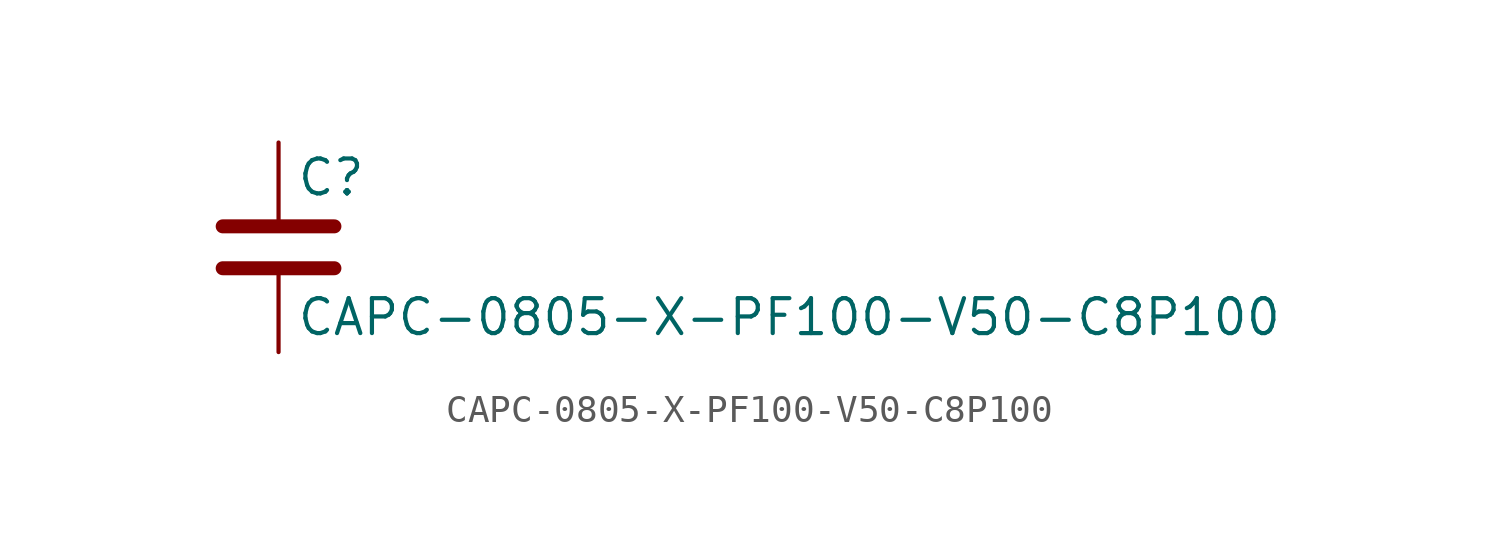
<source format=kicad_sym>
(kicad_symbol_lib
  (version 20211014)
  (generator kicad_symbol_editor)
  (symbol "CAPC-0805-X-PF100-V50-C8P100"
    (pin_numbers hide)
    (pin_names
      (offset 0.254))
    (property "Reference" "C"
      (at 0.635 2.54 0)
      (effects (font (size 1.27 1.27)) (justify left)))
    (property "Value" "CAPC-0805-X-PF100-V50-C8P100"
      (at 0.635 -2.54 0)
      (effects (font (size 1.27 1.27)) (justify left)))
    (symbol "CAPC-0805-X-PF100-V50-C8P100_0_1"
      (polyline (pts (xy -2.032 -0.762) (xy 2.032 -0.762)) (stroke (width 0.508) (type default) (color 0 0 0 0)) (fill (type none)))
      (polyline (pts (xy -2.032 0.762) (xy 2.032 0.762)) (stroke (width 0.508) (type default) (color 0 0 0 0)) (fill (type none))))
    (symbol "CAPC-0805-X-PF100-V50-C8P100_1_1"
      (pin passive line (at 0 3.81 270) (length 2.794) (name "~" (effects (font (size 1.27 1.27)))) (number "1" (effects (font (size 1.27 1.27)))))
      (pin passive line (at 0 -3.81 90) (length 2.794) (name "~" (effects (font (size 1.27 1.27)))) (number "2" (effects (font (size 1.27 1.27))))))))
</source>
